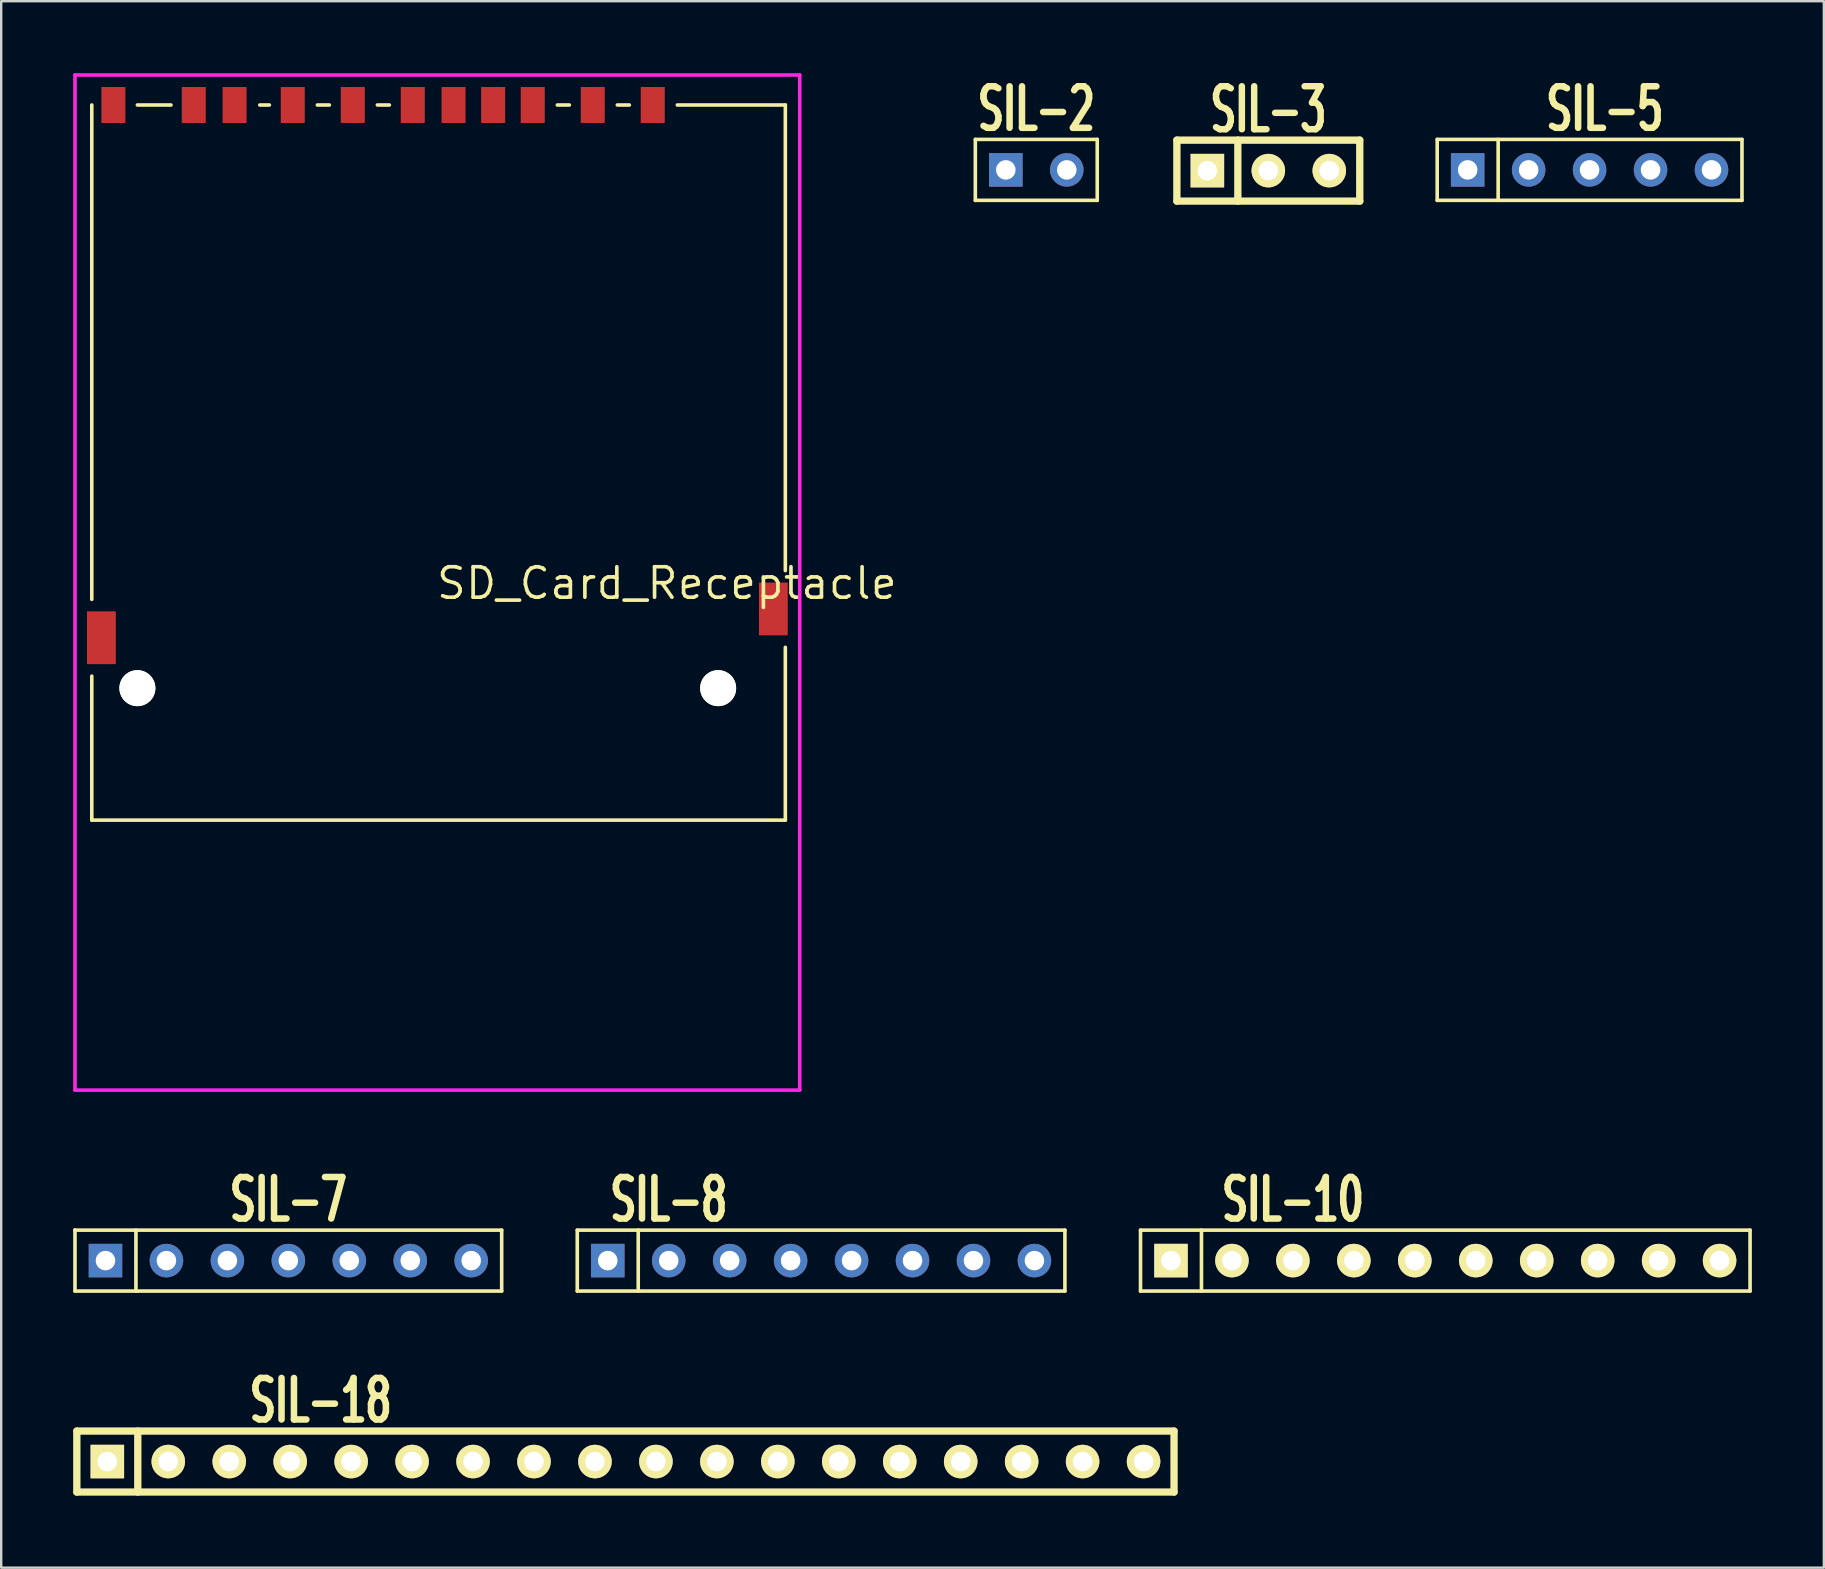
<source format=kicad_pcb>
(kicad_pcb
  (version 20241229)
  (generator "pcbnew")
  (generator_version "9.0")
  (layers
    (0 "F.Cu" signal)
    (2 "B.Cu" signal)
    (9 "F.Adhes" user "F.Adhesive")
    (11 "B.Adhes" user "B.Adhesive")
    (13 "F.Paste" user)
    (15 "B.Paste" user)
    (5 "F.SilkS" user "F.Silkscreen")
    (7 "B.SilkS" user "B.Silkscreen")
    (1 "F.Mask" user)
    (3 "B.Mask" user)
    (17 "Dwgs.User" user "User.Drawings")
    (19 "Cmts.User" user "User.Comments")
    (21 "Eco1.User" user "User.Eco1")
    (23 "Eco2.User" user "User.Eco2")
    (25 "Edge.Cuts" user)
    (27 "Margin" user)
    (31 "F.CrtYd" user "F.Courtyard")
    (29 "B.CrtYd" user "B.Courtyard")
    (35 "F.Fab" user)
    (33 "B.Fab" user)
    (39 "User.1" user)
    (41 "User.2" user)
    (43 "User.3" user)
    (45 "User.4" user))
  (footprint "SIL-7"
    (layer "F.Cu")
    (at 8.965 49.479)
    (property "Reference" "SIL-7" (at 0 -2.54 0) (layer "F.SilkS") (effects (font (size 1.73 1.087) (thickness 0.305))))
    (attr through_hole)
    (fp_line (start -8.89 -1.27) (end -8.89 -1.27) (stroke (width 0.15) (type solid)) (layer "F.SilkS"))
    (fp_line (start -8.89 -1.27) (end 8.89 -1.27) (stroke (width 0.15) (type solid)) (layer "F.SilkS"))
    (fp_line (start -8.89 1.27) (end -8.89 -1.27) (stroke (width 0.15) (type solid)) (layer "F.SilkS"))
    (fp_line (start -6.35 1.27) (end -6.35 -1.27) (stroke (width 0.15) (type solid)) (layer "F.SilkS"))
    (fp_line (start -6.35 1.27) (end -6.35 1.27) (stroke (width 0.15) (type solid)) (layer "F.SilkS"))
    (fp_line (start 8.89 -1.27) (end 8.89 1.27) (stroke (width 0.15) (type solid)) (layer "F.SilkS"))
    (fp_line (start 8.89 1.27) (end -8.89 1.27) (stroke (width 0.15) (type solid)) (layer "F.SilkS"))
    (pad "1" thru_hole rect (at -7.62 0) (size 1.397 1.397) (drill 0.813) (layers "*.Cu" "*.Mask"))
    (pad "2" thru_hole circle (at -5.08 0) (size 1.397 1.397) (drill 0.813) (layers "*.Cu" "*.Mask"))
    (pad "3" thru_hole circle (at -2.54 0) (size 1.397 1.397) (drill 0.813) (layers "*.Cu" "*.Mask"))
    (pad "4" thru_hole circle (at 0 0) (size 1.397 1.397) (drill 0.813) (layers "*.Cu" "*.Mask"))
    (pad "5" thru_hole circle (at 2.54 0) (size 1.397 1.397) (drill 0.813) (layers "*.Cu" "*.Mask"))
    (pad "6" thru_hole circle (at 5.08 0) (size 1.397 1.397) (drill 0.813) (layers "*.Cu" "*.Mask"))
    (pad "7" thru_hole circle (at 7.62 0) (size 1.397 1.397) (drill 0.813) (layers "*.Cu" "*.Mask")))
  (footprint "SIL-2"
    (layer "F.Cu")
    (at 40.132 4.029)
    (property "Reference" "SIL-2" (at 0 -2.54 0) (layer "F.SilkS") (effects (font (size 1.73 1.087) (thickness 0.305))))
    (attr through_hole)
    (fp_line (start -2.54 -1.27) (end 2.54 -1.27) (stroke (width 0.15) (type solid)) (layer "F.SilkS"))
    (fp_line (start -2.54 1.27) (end -2.54 -1.27) (stroke (width 0.15) (type solid)) (layer "F.SilkS"))
    (fp_line (start 2.54 -1.27) (end 2.54 1.27) (stroke (width 0.15) (type solid)) (layer "F.SilkS"))
    (fp_line (start 2.54 1.27) (end -2.54 1.27) (stroke (width 0.15) (type solid)) (layer "F.SilkS"))
    (pad "1" thru_hole rect (at -1.27 0) (size 1.397 1.397) (drill 0.813) (layers "*.Cu" "*.Mask"))
    (pad "2" thru_hole circle (at 1.27 0) (size 1.397 1.397) (drill 0.813) (layers "*.Cu" "*.Mask")))
  (footprint "SIL-5"
    (layer "F.Cu")
    (at 64.458 4.029)
    (property "Reference" "SIL-5" (at -0.635 -2.54 0) (layer "F.SilkS") (effects (font (size 1.73 1.087) (thickness 0.305))))
    (attr through_hole)
    (fp_line (start -7.62 -1.27) (end 5.08 -1.27) (stroke (width 0.15) (type solid)) (layer "F.SilkS"))
    (fp_line (start -7.62 1.27) (end -7.62 -1.27) (stroke (width 0.15) (type solid)) (layer "F.SilkS"))
    (fp_line (start -5.08 1.27) (end -5.08 -1.27) (stroke (width 0.15) (type solid)) (layer "F.SilkS"))
    (fp_line (start 5.08 -1.27) (end 5.08 1.27) (stroke (width 0.15) (type solid)) (layer "F.SilkS"))
    (fp_line (start 5.08 1.27) (end -7.62 1.27) (stroke (width 0.15) (type solid)) (layer "F.SilkS"))
    (pad "1" thru_hole rect (at -6.35 0) (size 1.397 1.397) (drill 0.813) (layers "*.Cu" "*.Mask"))
    (pad "2" thru_hole circle (at -3.81 0) (size 1.397 1.397) (drill 0.813) (layers "*.Cu" "*.Mask"))
    (pad "3" thru_hole circle (at -1.27 0) (size 1.397 1.397) (drill 0.813) (layers "*.Cu" "*.Mask"))
    (pad "4" thru_hole circle (at 1.27 0) (size 1.397 1.397) (drill 0.813) (layers "*.Cu" "*.Mask"))
    (pad "5" thru_hole circle (at 3.81 0) (size 1.397 1.397) (drill 0.813) (layers "*.Cu" "*.Mask")))
  (footprint "SIL-18"
    (layer "F.Cu")
    (at 23.012 57.853)
    (property "Reference" "SIL-18" (at -12.7 -2.54 0) (layer "F.SilkS") (effects (font (size 1.73 1.087) (thickness 0.305))))
    (attr through_hole)
    (fp_line (start -22.86 -1.27) (end 22.86 -1.27) (stroke (width 0.305) (type solid)) (layer "F.SilkS"))
    (fp_line (start -22.86 1.27) (end -22.86 -1.27) (stroke (width 0.305) (type solid)) (layer "F.SilkS"))
    (fp_line (start -20.32 -1.27) (end -20.32 1.27) (stroke (width 0.305) (type solid)) (layer "F.SilkS"))
    (fp_line (start 22.86 -1.27) (end 22.86 1.27) (stroke (width 0.305) (type solid)) (layer "F.SilkS"))
    (fp_line (start 22.86 1.27) (end -22.86 1.27) (stroke (width 0.305) (type solid)) (layer "F.SilkS"))
    (pad "1" thru_hole rect (at -21.59 0) (size 1.397 1.397) (drill 0.813) (layers "*.Cu" "*.Mask" "F.SilkS"))
    (pad "2" thru_hole circle (at -19.05 0) (size 1.397 1.397) (drill 0.813) (layers "*.Cu" "*.Mask" "F.SilkS"))
    (pad "3" thru_hole circle (at -16.51 0) (size 1.397 1.397) (drill 0.813) (layers "*.Cu" "*.Mask" "F.SilkS"))
    (pad "4" thru_hole circle (at -13.97 0) (size 1.397 1.397) (drill 0.813) (layers "*.Cu" "*.Mask" "F.SilkS"))
    (pad "5" thru_hole circle (at -11.43 0) (size 1.397 1.397) (drill 0.813) (layers "*.Cu" "*.Mask" "F.SilkS"))
    (pad "6" thru_hole circle (at -8.89 0) (size 1.397 1.397) (drill 0.813) (layers "*.Cu" "*.Mask" "F.SilkS"))
    (pad "7" thru_hole circle (at -6.35 0) (size 1.397 1.397) (drill 0.813) (layers "*.Cu" "*.Mask" "F.SilkS"))
    (pad "8" thru_hole circle (at -3.81 0) (size 1.397 1.397) (drill 0.813) (layers "*.Cu" "*.Mask" "F.SilkS"))
    (pad "9" thru_hole circle (at -1.27 0) (size 1.397 1.397) (drill 0.813) (layers "*.Cu" "*.Mask" "F.SilkS"))
    (pad "10" thru_hole circle (at 1.27 0) (size 1.397 1.397) (drill 0.813) (layers "*.Cu" "*.Mask" "F.SilkS"))
    (pad "11" thru_hole circle (at 3.81 0) (size 1.397 1.397) (drill 0.813) (layers "*.Cu" "*.Mask" "F.SilkS"))
    (pad "12" thru_hole circle (at 6.35 0) (size 1.397 1.397) (drill 0.813) (layers "*.Cu" "*.Mask" "F.SilkS"))
    (pad "13" thru_hole circle (at 8.89 0) (size 1.397 1.397) (drill 0.813) (layers "*.Cu" "*.Mask" "F.SilkS"))
    (pad "14" thru_hole circle (at 11.43 0) (size 1.397 1.397) (drill 0.813) (layers "*.Cu" "*.Mask" "F.SilkS"))
    (pad "15" thru_hole circle (at 13.97 0) (size 1.397 1.397) (drill 0.813) (layers "*.Cu" "*.Mask" "F.SilkS"))
    (pad "16" thru_hole circle (at 16.51 0) (size 1.397 1.397) (drill 0.813) (layers "*.Cu" "*.Mask" "F.SilkS"))
    (pad "17" thru_hole circle (at 19.05 0) (size 1.397 1.397) (drill 0.813) (layers "*.Cu" "*.Mask" "F.SilkS"))
    (pad "18" thru_hole circle (at 21.59 0) (size 1.397 1.397) (drill 0.813) (layers "*.Cu" "*.Mask" "F.SilkS")))
  (footprint "SIL-8"
    (layer "F.Cu")
    (at 31.165 49.479)
    (property "Reference" "SIL-8" (at -6.35 -2.54 0) (layer "F.SilkS") (effects (font (size 1.73 1.087) (thickness 0.305))))
    (attr through_hole)
    (fp_line (start -10.16 -1.27) (end 10.16 -1.27) (stroke (width 0.15) (type solid)) (layer "F.SilkS"))
    (fp_line (start -10.16 1.27) (end -10.16 -1.27) (stroke (width 0.15) (type solid)) (layer "F.SilkS"))
    (fp_line (start -7.62 1.27) (end -7.62 -1.27) (stroke (width 0.15) (type solid)) (layer "F.SilkS"))
    (fp_line (start 10.16 -1.27) (end 10.16 1.27) (stroke (width 0.15) (type solid)) (layer "F.SilkS"))
    (fp_line (start 10.16 1.27) (end -10.16 1.27) (stroke (width 0.15) (type solid)) (layer "F.SilkS"))
    (pad "1" thru_hole rect (at -8.89 0) (size 1.397 1.397) (drill 0.813) (layers "*.Cu" "*.Mask"))
    (pad "2" thru_hole circle (at -6.35 0) (size 1.397 1.397) (drill 0.813) (layers "*.Cu" "*.Mask"))
    (pad "3" thru_hole circle (at -3.81 0) (size 1.397 1.397) (drill 0.813) (layers "*.Cu" "*.Mask"))
    (pad "4" thru_hole circle (at -1.27 0) (size 1.397 1.397) (drill 0.813) (layers "*.Cu" "*.Mask"))
    (pad "5" thru_hole circle (at 1.27 0) (size 1.397 1.397) (drill 0.813) (layers "*.Cu" "*.Mask"))
    (pad "6" thru_hole circle (at 3.81 0) (size 1.397 1.397) (drill 0.813) (layers "*.Cu" "*.Mask"))
    (pad "7" thru_hole circle (at 6.35 0) (size 1.397 1.397) (drill 0.813) (layers "*.Cu" "*.Mask"))
    (pad "8" thru_hole circle (at 8.89 0) (size 1.397 1.397) (drill 0.813) (layers "*.Cu" "*.Mask")))
  (footprint "SIL-10"
    (layer "F.Cu")
    (at 57.175 49.479)
    (property "Reference" "SIL-10" (at -6.35 -2.54 0) (layer "F.SilkS") (effects (font (size 1.73 1.087) (thickness 0.305))))
    (attr through_hole)
    (fp_line (start -12.7 -1.27) (end 12.7 -1.27) (stroke (width 0.15) (type solid)) (layer "F.SilkS"))
    (fp_line (start -12.7 1.27) (end -12.7 -1.27) (stroke (width 0.15) (type solid)) (layer "F.SilkS"))
    (fp_line (start -10.16 1.27) (end -10.16 -1.27) (stroke (width 0.15) (type solid)) (layer "F.SilkS"))
    (fp_line (start 12.7 -1.27) (end 12.7 1.27) (stroke (width 0.15) (type solid)) (layer "F.SilkS"))
    (fp_line (start 12.7 1.27) (end -12.7 1.27) (stroke (width 0.15) (type solid)) (layer "F.SilkS"))
    (pad "1" thru_hole rect (at -11.43 0) (size 1.397 1.397) (drill 0.813) (layers "*.Cu" "*.Mask" "F.SilkS"))
    (pad "2" thru_hole circle (at -8.89 0) (size 1.397 1.397) (drill 0.813) (layers "*.Cu" "*.Mask" "F.SilkS"))
    (pad "3" thru_hole circle (at -6.35 0) (size 1.397 1.397) (drill 0.813) (layers "*.Cu" "*.Mask" "F.SilkS"))
    (pad "4" thru_hole circle (at -3.81 0) (size 1.397 1.397) (drill 0.813) (layers "*.Cu" "*.Mask" "F.SilkS"))
    (pad "5" thru_hole circle (at -1.27 0) (size 1.397 1.397) (drill 0.813) (layers "*.Cu" "*.Mask" "F.SilkS"))
    (pad "6" thru_hole circle (at 1.27 0) (size 1.397 1.397) (drill 0.813) (layers "*.Cu" "*.Mask" "F.SilkS"))
    (pad "7" thru_hole circle (at 3.81 0) (size 1.397 1.397) (drill 0.813) (layers "*.Cu" "*.Mask" "F.SilkS"))
    (pad "8" thru_hole circle (at 6.35 0) (size 1.397 1.397) (drill 0.813) (layers "*.Cu" "*.Mask" "F.SilkS"))
    (pad "9" thru_hole circle (at 8.89 0) (size 1.397 1.397) (drill 0.813) (layers "*.Cu" "*.Mask" "F.SilkS"))
    (pad "10" thru_hole circle (at 11.43 0) (size 1.397 1.397) (drill 0.813) (layers "*.Cu" "*.Mask" "F.SilkS")))
  (footprint "SD_Card_Receptacle"
    (layer "F.Cu")
    (at 14.775 1.325)
    (property "Reference" "SD_Card_Receptacle" (at 9.964 19.931 0) (layer "F.SilkS") (effects (font (size 1.27 1.27) (thickness 0.152))))
    (attr through_hole)
    (fp_line (start -14 20.6) (end -14 0) (stroke (width 0.15) (type solid)) (layer "F.SilkS"))
    (fp_line (start -14 29.8) (end -14 23.8) (stroke (width 0.15) (type solid)) (layer "F.SilkS"))
    (fp_line (start -12.1 0) (end -10.7 0) (stroke (width 0.15) (type solid)) (layer "F.SilkS"))
    (fp_line (start -7 0) (end -6.6 0) (stroke (width 0.15) (type solid)) (layer "F.SilkS"))
    (fp_line (start -4.6 0) (end -4.1 0) (stroke (width 0.15) (type solid)) (layer "F.SilkS"))
    (fp_line (start -2.1 0) (end -1.6 0) (stroke (width 0.15) (type solid)) (layer "F.SilkS"))
    (fp_line (start 5.4 0) (end 5.9 0) (stroke (width 0.15) (type solid)) (layer "F.SilkS"))
    (fp_line (start 7.9 0) (end 8.4 0) (stroke (width 0.15) (type solid)) (layer "F.SilkS"))
    (fp_line (start 14.9 0) (end 10.4 0) (stroke (width 0.15) (type solid)) (layer "F.SilkS"))
    (fp_line (start 14.9 19.4) (end 14.9 0) (stroke (width 0.15) (type solid)) (layer "F.SilkS"))
    (fp_line (start 14.9 29.8) (end -14 29.8) (stroke (width 0.15) (type solid)) (layer "F.SilkS"))
    (fp_line (start 14.9 29.8) (end 14.9 22.6) (stroke (width 0.15) (type solid)) (layer "F.SilkS"))
    (fp_line (start -14.7 -1.25) (end -14.7 41.05) (stroke (width 0.15) (type solid)) (layer "F.CrtYd"))
    (fp_line (start -14.7 41.05) (end 15.5 41.05) (stroke (width 0.15) (type solid)) (layer "F.CrtYd"))
    (fp_line (start 15.5 -1.25) (end -14.7 -1.25) (stroke (width 0.15) (type solid)) (layer "F.CrtYd"))
    (fp_line (start 15.5 41.05) (end 15.5 -1.25) (stroke (width 0.15) (type solid)) (layer "F.CrtYd"))
    (pad "" np_thru_hole circle (at -12.1 24.3) (size 1.5 1.5) (drill 1.5) (layers "*.Cu" "*.Mask" "F.SilkS"))
    (pad "" np_thru_hole circle (at 12.1 24.3) (size 1.5 1.5) (drill 1.5) (layers "*.Cu" "*.Mask" "F.SilkS"))
    (pad "1" smd rect (at 6.875 0) (size 1 1.5) (layers "F.Cu" "F.Mask" "F.Paste"))
    (pad "2" smd rect (at 4.375 0) (size 1 1.5) (layers "F.Cu" "F.Mask" "F.Paste"))
    (pad "3" smd rect (at 1.075 0) (size 1 1.5) (layers "F.Cu" "F.Mask" "F.Paste"))
    (pad "4" smd rect (at -0.625 0) (size 1 1.5) (layers "F.Cu" "F.Mask" "F.Paste"))
    (pad "5" smd rect (at -3.125 0) (size 1 1.5) (layers "F.Cu" "F.Mask" "F.Paste"))
    (pad "6" smd rect (at -5.625 0) (size 1 1.5) (layers "F.Cu" "F.Mask" "F.Paste"))
    (pad "7" smd rect (at -8.05 0) (size 1 1.5) (layers "F.Cu" "F.Mask" "F.Paste"))
    (pad "8" smd rect (at -9.75 0) (size 1 1.5) (layers "F.Cu" "F.Mask" "F.Paste"))
    (pad "9" smd rect (at 9.375 0) (size 1 1.5) (layers "F.Cu" "F.Mask" "F.Paste"))
    (pad "10" smd rect (at 2.725 0) (size 1 1.5) (layers "F.Cu" "F.Mask" "F.Paste"))
    (pad "11" smd rect (at -13.1 0) (size 1 1.5) (layers "F.Cu" "F.Mask" "F.Paste"))
    (pad "12" smd rect (at 14.4 21) (size 1.2 2.2) (layers "F.Cu" "F.Mask" "F.Paste"))
    (pad "13" smd rect (at -13.6 22.2) (size 1.2 2.2) (layers "F.Cu" "F.Mask" "F.Paste")))
  (footprint "SIL-3"
    (layer "F.Cu")
    (at 49.801 4.06)
    (property "Reference" "SIL-3" (at 0 -2.54 0) (layer "F.SilkS") (effects (font (size 1.791 1.077) (thickness 0.305))))
    (attr through_hole)
    (fp_line (start -3.81 -1.27) (end 3.81 -1.27) (stroke (width 0.305) (type solid)) (layer "F.SilkS"))
    (fp_line (start -3.81 1.27) (end -3.81 -1.27) (stroke (width 0.305) (type solid)) (layer "F.SilkS"))
    (fp_line (start -1.27 -1.27) (end -1.27 1.27) (stroke (width 0.305) (type solid)) (layer "F.SilkS"))
    (fp_line (start 3.81 -1.27) (end 3.81 1.27) (stroke (width 0.305) (type solid)) (layer "F.SilkS"))
    (fp_line (start 3.81 1.27) (end -3.81 1.27) (stroke (width 0.305) (type solid)) (layer "F.SilkS"))
    (pad "1" thru_hole rect (at -2.54 0) (size 1.397 1.397) (drill 0.813) (layers "*.Cu" "*.Mask" "F.SilkS"))
    (pad "2" thru_hole circle (at 0 0) (size 1.397 1.397) (drill 0.813) (layers "*.Cu" "*.Mask" "F.SilkS"))
    (pad "3" thru_hole circle (at 2.54 0) (size 1.397 1.397) (drill 0.813) (layers "*.Cu" "*.Mask" "F.SilkS")))
  (gr_rect
    (start -3 -3)
    (end 72.95 62.275)
    (stroke (width 0.1) (type default))
    (fill no)
    (layer "Edge.Cuts")))
</source>
